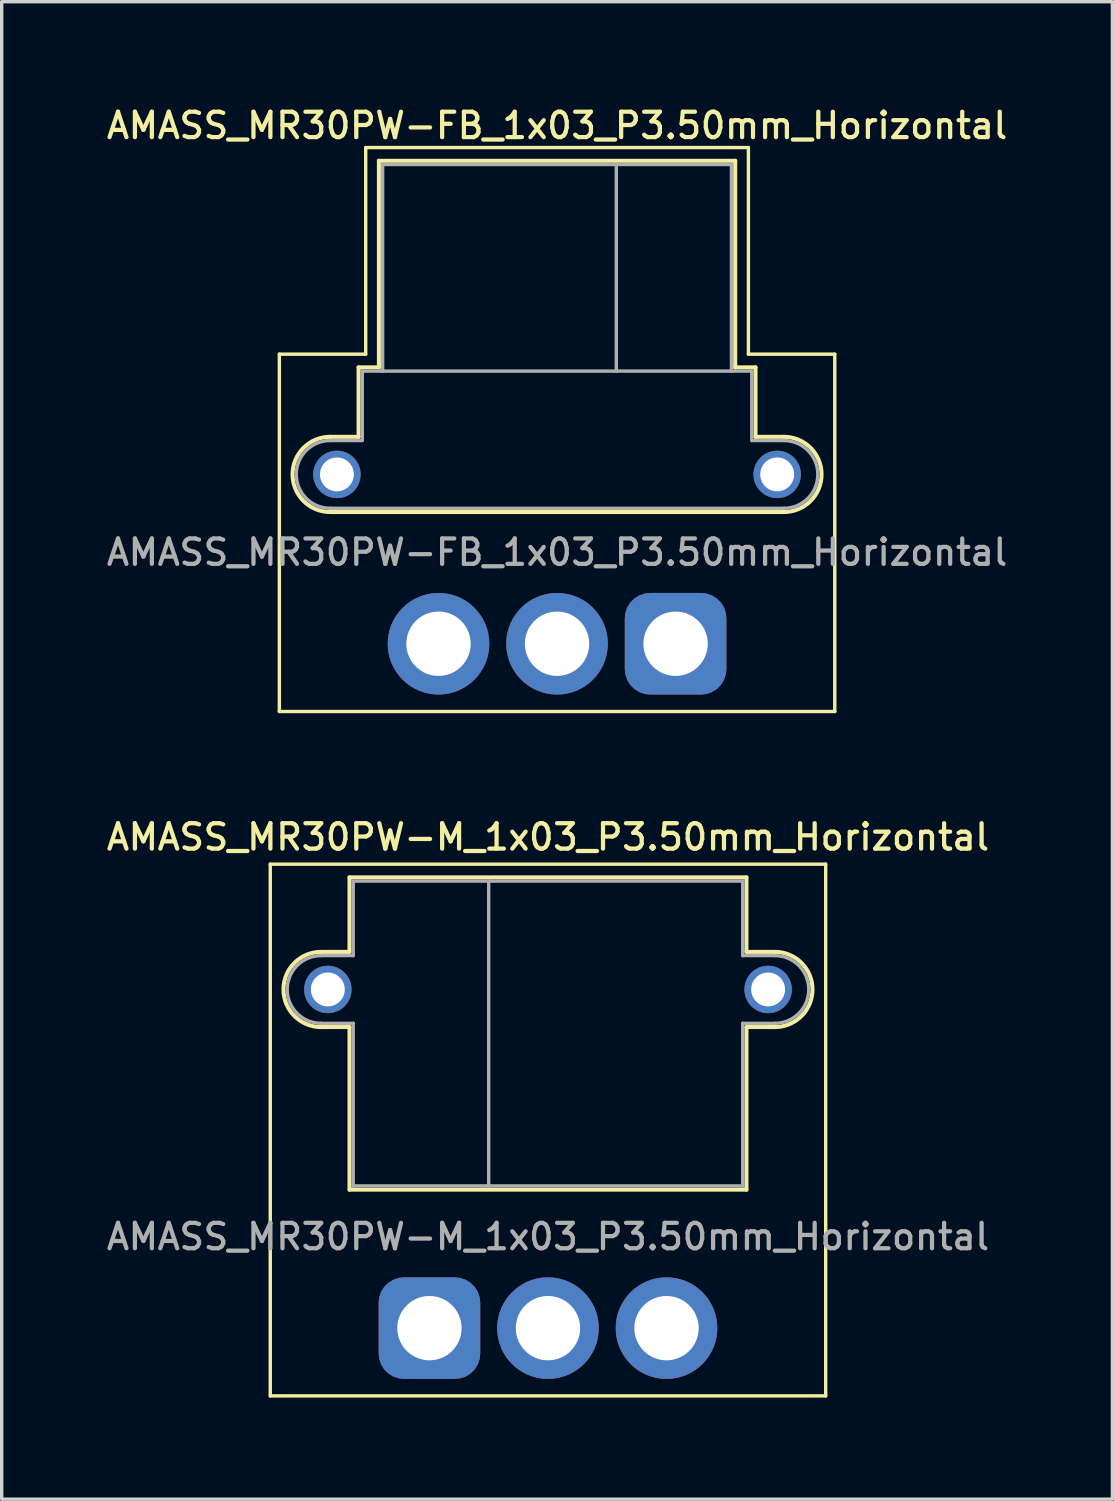
<source format=kicad_pcb>
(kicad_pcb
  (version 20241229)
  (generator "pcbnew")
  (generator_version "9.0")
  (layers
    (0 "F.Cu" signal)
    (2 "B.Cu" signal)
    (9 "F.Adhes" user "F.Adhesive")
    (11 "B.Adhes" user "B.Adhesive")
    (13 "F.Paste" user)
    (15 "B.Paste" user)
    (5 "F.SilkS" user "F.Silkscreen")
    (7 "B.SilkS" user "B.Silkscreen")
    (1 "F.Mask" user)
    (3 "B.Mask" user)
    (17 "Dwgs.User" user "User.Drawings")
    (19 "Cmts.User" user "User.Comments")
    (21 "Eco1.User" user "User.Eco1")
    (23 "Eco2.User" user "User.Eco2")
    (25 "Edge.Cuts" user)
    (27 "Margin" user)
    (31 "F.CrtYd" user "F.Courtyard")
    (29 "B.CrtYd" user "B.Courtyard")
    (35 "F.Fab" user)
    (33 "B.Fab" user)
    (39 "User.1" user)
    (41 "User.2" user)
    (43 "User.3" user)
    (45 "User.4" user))
  (footprint "AMASS_MR30PW-M_1x03_P3.50mm_Horizontal"
    (layer "F.Cu")
    (at 9.63 36.166)
    (property "Reference" "AMASS_MR30PW-M_1x03_P3.50mm_Horizontal" (at 3.5 -14.5 0) (layer "F.SilkS") (effects (font (size 0.75 0.75) (thickness 0.125))))
    (attr through_hole)
    (fp_line (start -4.7 -13.7) (end -4.7 2) (stroke (width 0.1) (type solid)) (layer "F.SilkS"))
    (fp_line (start -4.7 -13.7) (end 11.7 -13.7) (stroke (width 0.1) (type solid)) (layer "F.SilkS"))
    (fp_line (start -4.7 2) (end 11.7 2) (stroke (width 0.1) (type solid)) (layer "F.SilkS"))
    (fp_line (start -3.2 -11.11) (end -2.36 -11.11) (stroke (width 0.12) (type solid)) (layer "F.SilkS"))
    (fp_line (start -3.2 -8.89) (end -2.36 -8.89) (stroke (width 0.12) (type solid)) (layer "F.SilkS"))
    (fp_line (start -2.36 -13.31) (end -2.36 -11.11) (stroke (width 0.12) (type solid)) (layer "F.SilkS"))
    (fp_line (start -2.36 -13.31) (end 9.36 -13.31) (stroke (width 0.12) (type solid)) (layer "F.SilkS"))
    (fp_line (start -2.36 -8.89) (end -2.36 -4.09) (stroke (width 0.12) (type solid)) (layer "F.SilkS"))
    (fp_line (start -2.36 -4.09) (end 9.36 -4.09) (stroke (width 0.12) (type solid)) (layer "F.SilkS"))
    (fp_line (start 9.36 -13.31) (end 9.36 -11.11) (stroke (width 0.12) (type solid)) (layer "F.SilkS"))
    (fp_line (start 9.36 -11.11) (end 10.2 -11.11) (stroke (width 0.12) (type solid)) (layer "F.SilkS"))
    (fp_line (start 9.36 -8.89) (end 9.36 -4.09) (stroke (width 0.12) (type solid)) (layer "F.SilkS"))
    (fp_line (start 9.36 -8.89) (end 10.2 -8.89) (stroke (width 0.12) (type solid)) (layer "F.SilkS"))
    (fp_line (start 11.7 -13.7) (end 11.7 2) (stroke (width 0.1) (type solid)) (layer "F.SilkS"))
    (fp_arc (start -3.2 -8.89) (mid -4.31 -10) (end -3.2 -11.11) (stroke (width 0.12) (type solid)) (layer "F.SilkS"))
    (fp_arc (start 10.2 -11.11) (mid 11.31 -10) (end 10.2 -8.89) (stroke (width 0.12) (type solid)) (layer "F.SilkS"))
    (fp_line (start -3.2 -11) (end -2.25 -11) (stroke (width 0.1) (type solid)) (layer "F.Fab"))
    (fp_line (start -3.2 -9) (end -2.25 -9) (stroke (width 0.1) (type solid)) (layer "F.Fab"))
    (fp_line (start -2.25 -13.2) (end -2.25 -11) (stroke (width 0.1) (type solid)) (layer "F.Fab"))
    (fp_line (start -2.25 -13.2) (end 9.25 -13.2) (stroke (width 0.1) (type solid)) (layer "F.Fab"))
    (fp_line (start -2.25 -9) (end -2.25 -4.2) (stroke (width 0.1) (type solid)) (layer "F.Fab"))
    (fp_line (start -2.25 -4.2) (end 9.25 -4.2) (stroke (width 0.1) (type solid)) (layer "F.Fab"))
    (fp_line (start 1.75 -13.2) (end 1.75 -4.2) (stroke (width 0.1) (type solid)) (layer "F.Fab"))
    (fp_line (start 9.25 -13.2) (end 9.25 -11) (stroke (width 0.1) (type solid)) (layer "F.Fab"))
    (fp_line (start 9.25 -11) (end 10.2 -11) (stroke (width 0.1) (type solid)) (layer "F.Fab"))
    (fp_line (start 9.25 -9) (end 9.25 -4.2) (stroke (width 0.1) (type solid)) (layer "F.Fab"))
    (fp_line (start 9.25 -9) (end 10.2 -9) (stroke (width 0.1) (type solid)) (layer "F.Fab"))
    (fp_arc (start -3.2 -9) (mid -4.2 -10) (end -3.2 -11) (stroke (width 0.1) (type solid)) (layer "F.Fab"))
    (fp_arc (start 10.2 -11) (mid 11.2 -10) (end 10.2 -9) (stroke (width 0.1) (type solid)) (layer "F.Fab"))
    (fp_text user "${REFERENCE}" (at 3.5 -2.7 0) (layer "F.Fab") (effects (font (size 0.75 0.75) (thickness 0.125))))
    (pad "" thru_hole circle (at -3 -10) (size 1.4 1.4) (drill 1) (layers "*.Cu" "*.Mask"))
    (pad "" thru_hole circle (at 10 -10) (size 1.4 1.4) (drill 1) (layers "*.Cu" "*.Mask"))
    (pad "1" thru_hole roundrect (at 0 0) (size 3 3) (drill 1.9) (layers "*.Cu" "*.Mask") (roundrect_rratio 0.25))
    (pad "2" thru_hole circle (at 3.5 0) (size 3 3) (drill 1.9) (layers "*.Cu" "*.Mask"))
    (pad "3" thru_hole circle (at 7 0) (size 3 3) (drill 1.9) (layers "*.Cu" "*.Mask")))
  (footprint "AMASS_MR30PW-FB_1x03_P3.50mm_Horizontal"
    (layer "F.Cu")
    (at 16.898 15.958)
    (property "Reference" "AMASS_MR30PW-FB_1x03_P3.50mm_Horizontal" (at -3.5 -15.3 0) (layer "F.SilkS") (effects (font (size 0.75 0.75) (thickness 0.125))))
    (attr through_hole)
    (fp_line (start -11.7 -8.55) (end -11.7 2) (stroke (width 0.1) (type solid)) (layer "F.SilkS"))
    (fp_line (start -11.7 2) (end 4.7 2) (stroke (width 0.1) (type solid)) (layer "F.SilkS"))
    (fp_line (start -10.2 -6.11) (end -9.36 -6.11) (stroke (width 0.12) (type solid)) (layer "F.SilkS"))
    (fp_line (start -10.2 -3.89) (end 3.2 -3.89) (stroke (width 0.12) (type solid)) (layer "F.SilkS"))
    (fp_line (start -9.36 -8.16) (end -9.36 -6.11) (stroke (width 0.12) (type solid)) (layer "F.SilkS"))
    (fp_line (start -9.36 -8.16) (end -8.76 -8.16) (stroke (width 0.12) (type solid)) (layer "F.SilkS"))
    (fp_line (start -9.15 -14.65) (end -9.15 -8.55) (stroke (width 0.1) (type solid)) (layer "F.SilkS"))
    (fp_line (start -9.15 -14.65) (end 2.15 -14.65) (stroke (width 0.1) (type solid)) (layer "F.SilkS"))
    (fp_line (start -9.15 -8.55) (end -11.7 -8.55) (stroke (width 0.1) (type solid)) (layer "F.SilkS"))
    (fp_line (start -8.76 -14.26) (end -8.76 -8.16) (stroke (width 0.12) (type solid)) (layer "F.SilkS"))
    (fp_line (start -8.76 -14.26) (end 1.76 -14.26) (stroke (width 0.12) (type solid)) (layer "F.SilkS"))
    (fp_line (start 1.76 -14.26) (end 1.76 -8.16) (stroke (width 0.12) (type solid)) (layer "F.SilkS"))
    (fp_line (start 1.76 -8.16) (end 2.36 -8.16) (stroke (width 0.12) (type solid)) (layer "F.SilkS"))
    (fp_line (start 2.15 -14.65) (end 2.15 -8.55) (stroke (width 0.1) (type solid)) (layer "F.SilkS"))
    (fp_line (start 2.36 -8.16) (end 2.36 -6.11) (stroke (width 0.12) (type solid)) (layer "F.SilkS"))
    (fp_line (start 2.36 -6.11) (end 3.2 -6.11) (stroke (width 0.12) (type solid)) (layer "F.SilkS"))
    (fp_line (start 4.7 -8.55) (end 2.15 -8.55) (stroke (width 0.1) (type solid)) (layer "F.SilkS"))
    (fp_line (start 4.7 -8.55) (end 4.7 2) (stroke (width 0.1) (type solid)) (layer "F.SilkS"))
    (fp_arc (start -10.2 -3.89) (mid -11.31 -5) (end -10.2 -6.11) (stroke (width 0.12) (type solid)) (layer "F.SilkS"))
    (fp_arc (start 3.2 -6.11) (mid 4.31 -5) (end 3.2 -3.89) (stroke (width 0.12) (type solid)) (layer "F.SilkS"))
    (fp_line (start -10.2 -6) (end -9.25 -6) (stroke (width 0.1) (type solid)) (layer "F.Fab"))
    (fp_line (start -10.2 -4) (end 3.2 -4) (stroke (width 0.1) (type solid)) (layer "F.Fab"))
    (fp_line (start -9.25 -8.05) (end -9.25 -6.05) (stroke (width 0.1) (type solid)) (layer "F.Fab"))
    (fp_line (start -9.25 -8.05) (end 2.25 -8.05) (stroke (width 0.1) (type solid)) (layer "F.Fab"))
    (fp_line (start -8.65 -14.15) (end -8.65 -8.05) (stroke (width 0.1) (type solid)) (layer "F.Fab"))
    (fp_line (start -8.65 -14.15) (end 1.65 -14.15) (stroke (width 0.1) (type solid)) (layer "F.Fab"))
    (fp_line (start -1.75 -14.15) (end -1.75 -8.05) (stroke (width 0.1) (type solid)) (layer "F.Fab"))
    (fp_line (start 1.65 -14.15) (end 1.65 -8.05) (stroke (width 0.1) (type solid)) (layer "F.Fab"))
    (fp_line (start 2.25 -8.05) (end 2.25 -6) (stroke (width 0.1) (type solid)) (layer "F.Fab"))
    (fp_line (start 2.255 -6) (end 3.2 -6) (stroke (width 0.1) (type solid)) (layer "F.Fab"))
    (fp_arc (start -10.2 -4) (mid -11.2 -5) (end -10.2 -6) (stroke (width 0.1) (type solid)) (layer "F.Fab"))
    (fp_arc (start 3.2 -6) (mid 4.2 -5) (end 3.2 -4) (stroke (width 0.1) (type solid)) (layer "F.Fab"))
    (fp_text user "${REFERENCE}" (at -3.5 -2.7 0) (layer "F.Fab") (effects (font (size 0.75 0.75) (thickness 0.125))))
    (pad "" thru_hole circle (at -10 -5) (size 1.4 1.4) (drill 1) (layers "*.Cu" "*.Mask"))
    (pad "" thru_hole circle (at 3 -5 90) (size 1.4 1.4) (drill 1) (layers "*.Cu" "*.Mask"))
    (pad "1" thru_hole roundrect (at 0 0) (size 3 3) (drill 1.9) (layers "*.Cu" "*.Mask") (roundrect_rratio 0.25))
    (pad "2" thru_hole circle (at -3.5 0) (size 3 3) (drill 1.9) (layers "*.Cu" "*.Mask"))
    (pad "3" thru_hole circle (at -7 0) (size 3 3) (drill 1.9) (layers "*.Cu" "*.Mask")))
  (gr_rect
    (start -3 -3)
    (end 29.796 41.216)
    (stroke (width 0.1) (type default))
    (fill no)
    (layer "Edge.Cuts")))
</source>
